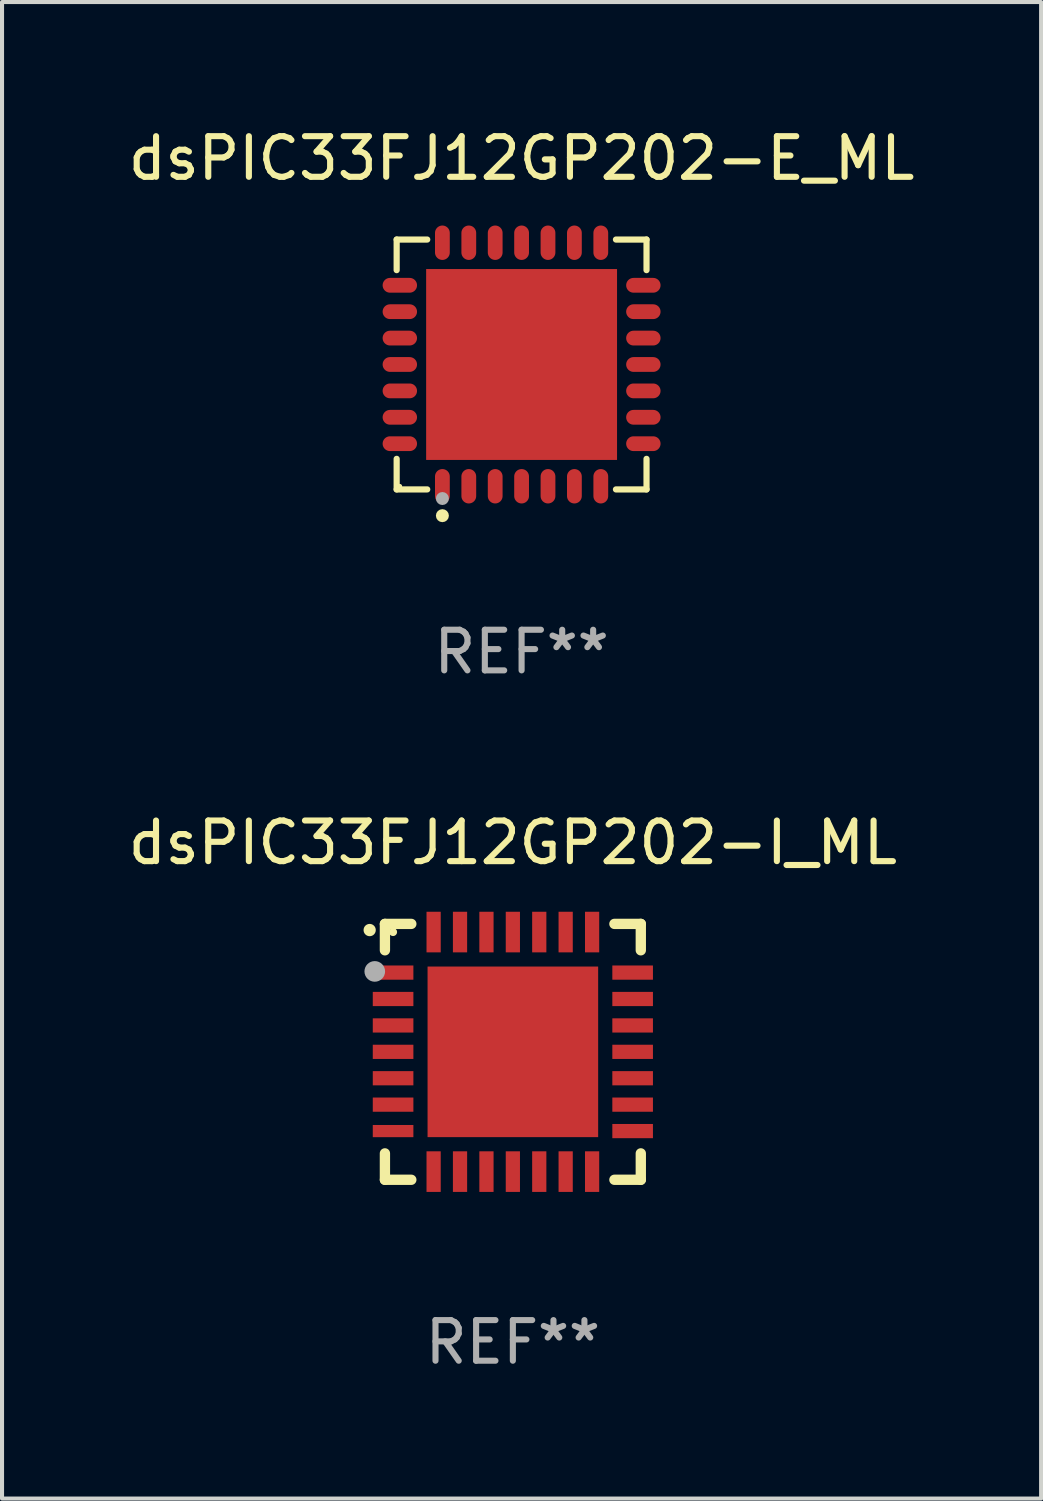
<source format=kicad_pcb>
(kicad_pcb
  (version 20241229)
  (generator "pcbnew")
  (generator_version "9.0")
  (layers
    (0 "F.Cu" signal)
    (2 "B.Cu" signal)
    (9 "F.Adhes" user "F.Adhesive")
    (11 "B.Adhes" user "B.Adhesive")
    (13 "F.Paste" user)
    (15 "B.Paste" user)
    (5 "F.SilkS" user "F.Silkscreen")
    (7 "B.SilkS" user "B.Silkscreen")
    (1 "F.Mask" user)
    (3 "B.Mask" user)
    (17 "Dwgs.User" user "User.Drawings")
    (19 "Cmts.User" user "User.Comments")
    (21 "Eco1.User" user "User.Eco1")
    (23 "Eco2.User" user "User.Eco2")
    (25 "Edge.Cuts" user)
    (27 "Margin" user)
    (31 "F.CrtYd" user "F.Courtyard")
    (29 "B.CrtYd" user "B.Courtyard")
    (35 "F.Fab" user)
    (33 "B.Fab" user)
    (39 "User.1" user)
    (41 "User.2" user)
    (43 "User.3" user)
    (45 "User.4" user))
  (footprint "dsPIC33FJ12GP202-E_ML"
    (layer "F.Cu")
    (at 9.792 5.924)
    (property "Reference" "dsPIC33FJ12GP202-E_ML" (at 0 -5.076 0) (layer "F.SilkS") (effects (font (size 1 1) (thickness 0.15))))
    (attr through_hole)
    (fp_line (start -3.076 -3.076) (end -2.323 -3.076) (stroke (width 0.152) (type solid)) (layer "F.SilkS"))
    (fp_line (start -3.076 -2.323) (end -3.076 -3.076) (stroke (width 0.152) (type solid)) (layer "F.SilkS"))
    (fp_line (start -3.076 2.323) (end -3.076 3.076) (stroke (width 0.152) (type solid)) (layer "F.SilkS"))
    (fp_line (start -3.076 3.076) (end -2.323 3.076) (stroke (width 0.152) (type solid)) (layer "F.SilkS"))
    (fp_line (start 3.076 -3.076) (end 2.323 -3.076) (stroke (width 0.152) (type solid)) (layer "F.SilkS"))
    (fp_line (start 3.076 -2.323) (end 3.076 -3.076) (stroke (width 0.152) (type solid)) (layer "F.SilkS"))
    (fp_line (start 3.076 2.323) (end 3.076 3.076) (stroke (width 0.152) (type solid)) (layer "F.SilkS"))
    (fp_line (start 3.076 3.076) (end 2.323 3.076) (stroke (width 0.152) (type solid)) (layer "F.SilkS"))
    (fp_circle (center -3 3) (end -2.97 3) (stroke (width 0.06) (type solid)) (fill no) (layer "F.SilkS"))
    (fp_circle (center -1.95 3.722) (end -1.87 3.722) (stroke (width 0.16) (type solid)) (fill no) (layer "F.SilkS"))
    (fp_circle (center -1.95 3.3) (end -1.87 3.3) (stroke (width 0.16) (type solid)) (fill no) (layer "F.Fab"))
    (fp_text user "REF**" (at 0 7.076 0) (layer "F.Fab") (effects (font (size 1 1) (thickness 0.15))))
    (pad "1" smd oval (at -1.95 2.998) (size 0.364 0.847) (layers "F.Cu" "F.Mask" "F.Paste"))
    (pad "2" smd oval (at -1.3 2.998) (size 0.364 0.847) (layers "F.Cu" "F.Mask" "F.Paste"))
    (pad "3" smd oval (at -0.65 2.998) (size 0.364 0.847) (layers "F.Cu" "F.Mask" "F.Paste"))
    (pad "4" smd oval (at 0 2.998) (size 0.364 0.847) (layers "F.Cu" "F.Mask" "F.Paste"))
    (pad "5" smd oval (at 0.65 2.998) (size 0.364 0.847) (layers "F.Cu" "F.Mask" "F.Paste"))
    (pad "6" smd oval (at 1.3 2.998) (size 0.364 0.847) (layers "F.Cu" "F.Mask" "F.Paste"))
    (pad "7" smd oval (at 1.95 2.998) (size 0.364 0.847) (layers "F.Cu" "F.Mask" "F.Paste"))
    (pad "8" smd oval (at 2.998 1.95) (size 0.847 0.364) (layers "F.Cu" "F.Mask" "F.Paste"))
    (pad "9" smd oval (at 2.998 1.3) (size 0.847 0.364) (layers "F.Cu" "F.Mask" "F.Paste"))
    (pad "10" smd oval (at 2.998 0.65) (size 0.847 0.364) (layers "F.Cu" "F.Mask" "F.Paste"))
    (pad "11" smd oval (at 2.998 0) (size 0.847 0.364) (layers "F.Cu" "F.Mask" "F.Paste"))
    (pad "12" smd oval (at 2.998 -0.65) (size 0.847 0.364) (layers "F.Cu" "F.Mask" "F.Paste"))
    (pad "13" smd oval (at 2.998 -1.3) (size 0.847 0.364) (layers "F.Cu" "F.Mask" "F.Paste"))
    (pad "14" smd oval (at 2.998 -1.95) (size 0.847 0.364) (layers "F.Cu" "F.Mask" "F.Paste"))
    (pad "15" smd oval (at 1.95 -2.998) (size 0.364 0.847) (layers "F.Cu" "F.Mask" "F.Paste"))
    (pad "16" smd oval (at 1.3 -2.998) (size 0.364 0.847) (layers "F.Cu" "F.Mask" "F.Paste"))
    (pad "17" smd oval (at 0.65 -2.998) (size 0.364 0.847) (layers "F.Cu" "F.Mask" "F.Paste"))
    (pad "18" smd oval (at 0 -2.998) (size 0.364 0.847) (layers "F.Cu" "F.Mask" "F.Paste"))
    (pad "19" smd oval (at -0.65 -2.998) (size 0.364 0.847) (layers "F.Cu" "F.Mask" "F.Paste"))
    (pad "20" smd oval (at -1.3 -2.998) (size 0.364 0.847) (layers "F.Cu" "F.Mask" "F.Paste"))
    (pad "21" smd oval (at -1.95 -2.998) (size 0.364 0.847) (layers "F.Cu" "F.Mask" "F.Paste"))
    (pad "22" smd oval (at -2.998 -1.95) (size 0.847 0.364) (layers "F.Cu" "F.Mask" "F.Paste"))
    (pad "23" smd oval (at -2.998 -1.3) (size 0.847 0.364) (layers "F.Cu" "F.Mask" "F.Paste"))
    (pad "24" smd oval (at -2.998 -0.65) (size 0.847 0.364) (layers "F.Cu" "F.Mask" "F.Paste"))
    (pad "25" smd oval (at -2.998 0) (size 0.847 0.364) (layers "F.Cu" "F.Mask" "F.Paste"))
    (pad "26" smd oval (at -2.998 0.65) (size 0.847 0.364) (layers "F.Cu" "F.Mask" "F.Paste"))
    (pad "27" smd oval (at -2.998 1.3) (size 0.847 0.364) (layers "F.Cu" "F.Mask" "F.Paste"))
    (pad "28" smd oval (at -2.998 1.95) (size 0.847 0.364) (layers "F.Cu" "F.Mask" "F.Paste"))
    (pad "29" smd rect (at 0 0) (size 4.7 4.7) (layers "F.Cu" "F.Mask" "F.Paste")))
  (footprint "dsPIC33FJ12GP202-I_ML"
    (layer "F.Cu")
    (at 9.577 22.847)
    (property "Reference" "dsPIC33FJ12GP202-I_ML" (at 0 -5.15 0) (layer "F.SilkS") (effects (font (size 1 1) (thickness 0.15))))
    (attr through_hole)
    (fp_line (start -3.15 -3.15) (end -2.5 -3.15) (stroke (width 0.254) (type solid)) (layer "F.SilkS"))
    (fp_line (start -3.15 -2.5) (end -3.15 -3.15) (stroke (width 0.254) (type solid)) (layer "F.SilkS"))
    (fp_line (start -3.15 3.15) (end -3.15 2.5) (stroke (width 0.254) (type solid)) (layer "F.SilkS"))
    (fp_line (start -2.5 3.15) (end -3.15 3.15) (stroke (width 0.254) (type solid)) (layer "F.SilkS"))
    (fp_line (start 2.5 -3.15) (end 3.15 -3.15) (stroke (width 0.254) (type solid)) (layer "F.SilkS"))
    (fp_line (start 2.5 3.15) (end 3.15 3.15) (stroke (width 0.254) (type solid)) (layer "F.SilkS"))
    (fp_line (start 3.15 -3.15) (end 3.15 -2.5) (stroke (width 0.254) (type solid)) (layer "F.SilkS"))
    (fp_line (start 3.15 3.15) (end 3.15 2.5) (stroke (width 0.254) (type solid)) (layer "F.SilkS"))
    (fp_arc (start -3.525527 -2.997206) (mid -3.525532 -2.998476) (end -3.525527 -2.999746) (stroke (width 0.3) (type solid)) (layer "F.SilkS"))
    (fp_circle (center -2.95 -2.95) (end -2.9 -2.95) (stroke (width 0.1) (type solid)) (fill no) (layer "F.SilkS"))
    (fp_circle (center -3.4 -1.98) (end -3.273 -1.98) (stroke (width 0.254) (type solid)) (fill no) (layer "F.Fab"))
    (fp_text user "REF**" (at 0 7.15 0) (layer "F.Fab") (effects (font (size 1 1) (thickness 0.15))))
    (pad "1" smd rect (at -2.949 -1.951 90) (size 0.35 1) (layers "F.Cu" "F.Mask" "F.Paste"))
    (pad "2" smd rect (at -2.949 -1.301 90) (size 0.35 1) (layers "F.Cu" "F.Mask" "F.Paste"))
    (pad "3" smd rect (at -2.949 -0.65 90) (size 0.35 1) (layers "F.Cu" "F.Mask" "F.Paste"))
    (pad "4" smd rect (at -2.949 -0.000025 90) (size 0.35 1) (layers "F.Cu" "F.Mask" "F.Paste"))
    (pad "5" smd rect (at -2.949 0.65 90) (size 0.35 1) (layers "F.Cu" "F.Mask" "F.Paste"))
    (pad "6" smd rect (at -2.949 1.3 90) (size 0.35 1) (layers "F.Cu" "F.Mask" "F.Paste"))
    (pad "7" smd rect (at -2.949 1.951 90) (size 0.3 1) (layers "F.Cu" "F.Mask" "F.Paste"))
    (pad "8" smd rect (at -1.951 2.949) (size 0.35 1) (layers "F.Cu" "F.Mask" "F.Paste"))
    (pad "9" smd rect (at -1.301 2.949) (size 0.35 1) (layers "F.Cu" "F.Mask" "F.Paste"))
    (pad "10" smd rect (at -0.65 2.949) (size 0.35 1) (layers "F.Cu" "F.Mask" "F.Paste"))
    (pad "11" smd rect (at -0.000076 2.949) (size 0.35 1) (layers "F.Cu" "F.Mask" "F.Paste"))
    (pad "12" smd rect (at 0.65 2.949) (size 0.35 1) (layers "F.Cu" "F.Mask" "F.Paste"))
    (pad "13" smd rect (at 1.3 2.949) (size 0.35 1) (layers "F.Cu" "F.Mask" "F.Paste"))
    (pad "14" smd rect (at 1.951 2.949) (size 0.35 1) (layers "F.Cu" "F.Mask" "F.Paste"))
    (pad "15" smd rect (at 2.949 1.951 90) (size 0.35 1) (layers "F.Cu" "F.Mask" "F.Paste"))
    (pad "16" smd rect (at 2.949 1.3 90) (size 0.35 1) (layers "F.Cu" "F.Mask" "F.Paste"))
    (pad "17" smd rect (at 2.949 0.65 90) (size 0.35 1) (layers "F.Cu" "F.Mask" "F.Paste"))
    (pad "18" smd rect (at 2.949 -0.000025 90) (size 0.35 1) (layers "F.Cu" "F.Mask" "F.Paste"))
    (pad "19" smd rect (at 2.949 -0.65 90) (size 0.35 1) (layers "F.Cu" "F.Mask" "F.Paste"))
    (pad "20" smd rect (at 2.949 -1.301 90) (size 0.35 1) (layers "F.Cu" "F.Mask" "F.Paste"))
    (pad "21" smd rect (at 2.949 -1.951 90) (size 0.35 1) (layers "F.Cu" "F.Mask" "F.Paste"))
    (pad "22" smd rect (at 1.951 -2.949) (size 0.35 1) (layers "F.Cu" "F.Mask" "F.Paste"))
    (pad "23" smd rect (at 1.3 -2.949) (size 0.35 1) (layers "F.Cu" "F.Mask" "F.Paste"))
    (pad "24" smd rect (at 0.65 -2.949) (size 0.35 1) (layers "F.Cu" "F.Mask" "F.Paste"))
    (pad "25" smd rect (at -0.000076 -2.949) (size 0.35 1) (layers "F.Cu" "F.Mask" "F.Paste"))
    (pad "26" smd rect (at -0.65 -2.949) (size 0.35 1) (layers "F.Cu" "F.Mask" "F.Paste"))
    (pad "27" smd rect (at -1.301 -2.949) (size 0.35 1) (layers "F.Cu" "F.Mask" "F.Paste"))
    (pad "28" smd rect (at -1.951 -2.949) (size 0.35 1) (layers "F.Cu" "F.Mask" "F.Paste"))
    (pad "29" smd rect (at -0.000076 -0.000025) (size 4.2 4.2) (layers "F.Cu" "F.Mask" "F.Paste")))
  (gr_rect
    (start -3 -3)
    (end 22.583 33.846)
    (stroke (width 0.1) (type default))
    (fill no)
    (layer "Edge.Cuts")))
</source>
